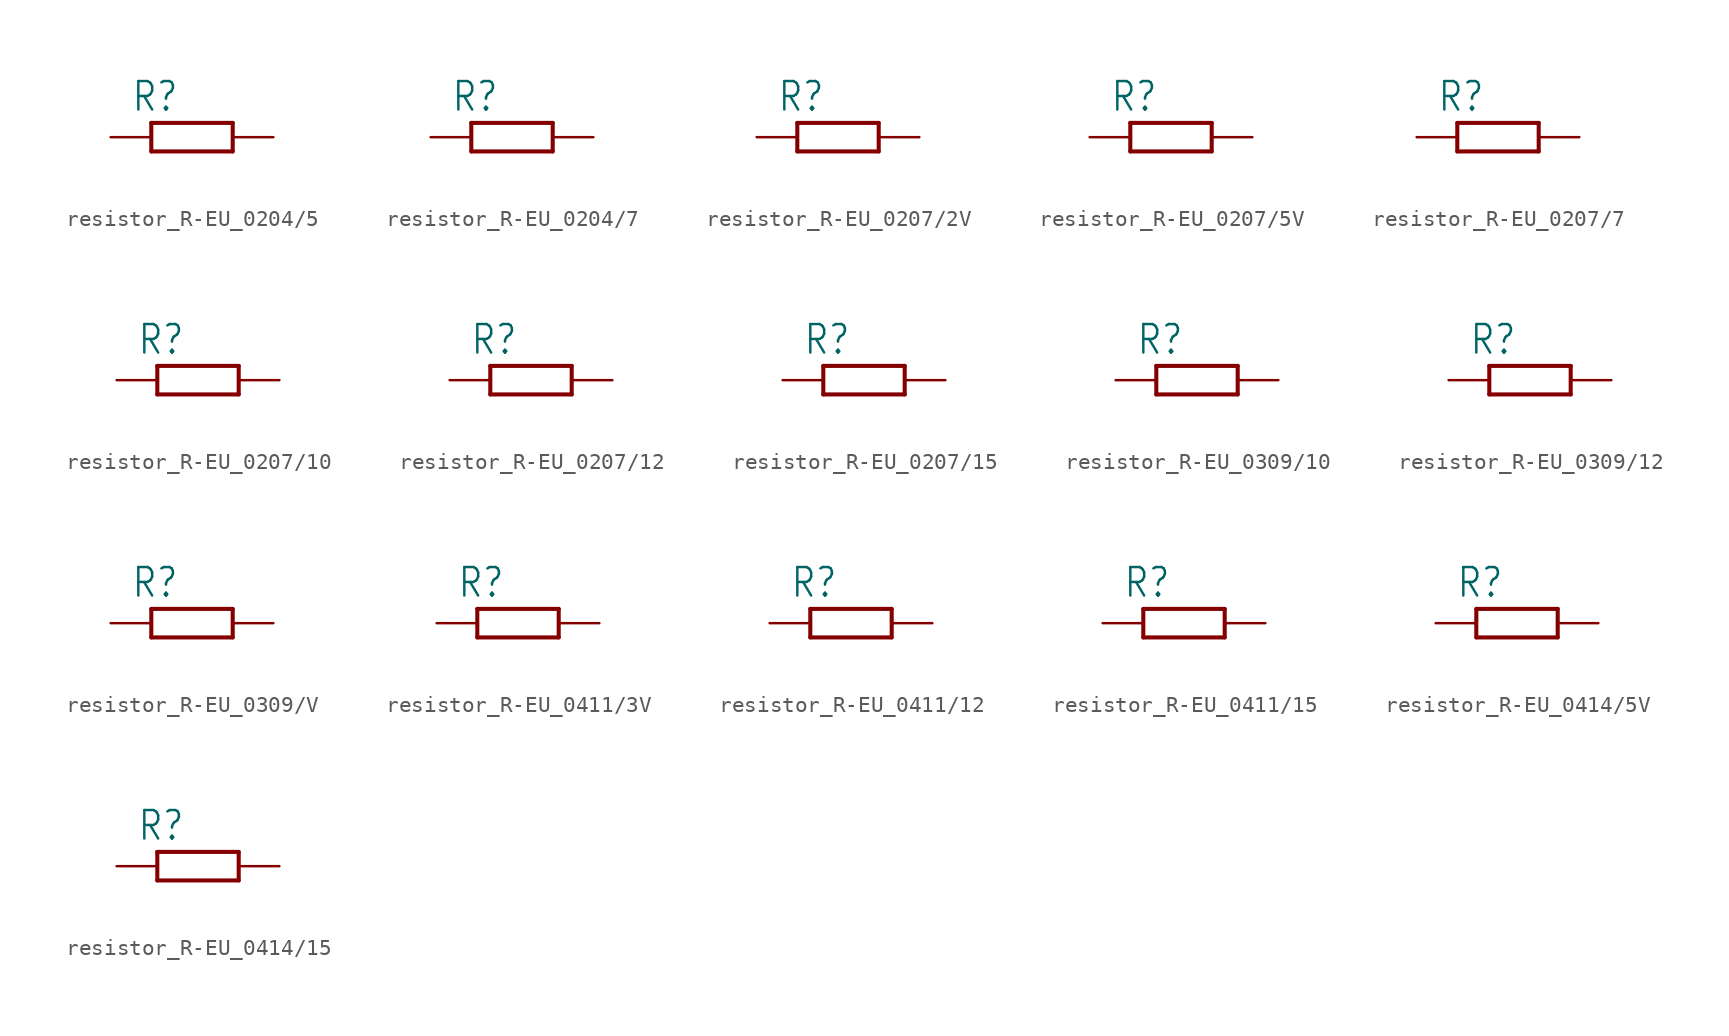
<source format=kicad_sym>
(kicad_symbol_lib
  (version 20241209)
  (generator "kicad_symbol_editor")
  (generator_version "9.0")
  (symbol "resistor_R-EU_0204/5"
    (property "Reference" "R"
      (at -3.81 1.499 0)
      (effects (font (size 1.778 1.511)) (justify left bottom)))
    (property "Value" ""
      (at -3.81 -3.302 0)
      (effects (font (size 1.778 1.511)) (justify left bottom)))
    (property "ki_locked" ""
      (at 0 0 0)
      (effects (font (size 1.27 1.27))))
    (symbol "resistor_R-EU_0204/5_1_0"
      (polyline (pts (xy -2.54 -0.889) (xy -2.54 0.889)) (stroke (width 0.254) (type solid)) (fill (type none)))
      (polyline (pts (xy -2.54 -0.889) (xy 2.54 -0.889)) (stroke (width 0.254) (type solid)) (fill (type none)))
      (polyline (pts (xy 2.54 0.889) (xy -2.54 0.889)) (stroke (width 0.254) (type solid)) (fill (type none)))
      (polyline (pts (xy 2.54 -0.889) (xy 2.54 0.889)) (stroke (width 0.254) (type solid)) (fill (type none)))
      (pin passive line (at -5.08 0 0) (length 2.54) (name "1" (effects (font (size 0 0)))) (number "1" (effects (font (size 0 0)))))
      (pin passive line (at 5.08 0 180) (length 2.54) (name "2" (effects (font (size 0 0)))) (number "2" (effects (font (size 0 0)))))))
  (symbol "resistor_R-EU_0204/7"
    (property "Reference" "R"
      (at -3.81 1.499 0)
      (effects (font (size 1.778 1.511)) (justify left bottom)))
    (property "Value" ""
      (at -3.81 -3.302 0)
      (effects (font (size 1.778 1.511)) (justify left bottom)))
    (property "ki_locked" ""
      (at 0 0 0)
      (effects (font (size 1.27 1.27))))
    (symbol "resistor_R-EU_0204/7_1_0"
      (polyline (pts (xy -2.54 -0.889) (xy -2.54 0.889)) (stroke (width 0.254) (type solid)) (fill (type none)))
      (polyline (pts (xy -2.54 -0.889) (xy 2.54 -0.889)) (stroke (width 0.254) (type solid)) (fill (type none)))
      (polyline (pts (xy 2.54 0.889) (xy -2.54 0.889)) (stroke (width 0.254) (type solid)) (fill (type none)))
      (polyline (pts (xy 2.54 -0.889) (xy 2.54 0.889)) (stroke (width 0.254) (type solid)) (fill (type none)))
      (pin passive line (at -5.08 0 0) (length 2.54) (name "1" (effects (font (size 0 0)))) (number "1" (effects (font (size 0 0)))))
      (pin passive line (at 5.08 0 180) (length 2.54) (name "2" (effects (font (size 0 0)))) (number "2" (effects (font (size 0 0)))))))
  (symbol "resistor_R-EU_0207/2V"
    (property "Reference" "R"
      (at -3.81 1.499 0)
      (effects (font (size 1.778 1.511)) (justify left bottom)))
    (property "Value" ""
      (at -3.81 -3.302 0)
      (effects (font (size 1.778 1.511)) (justify left bottom)))
    (property "ki_locked" ""
      (at 0 0 0)
      (effects (font (size 1.27 1.27))))
    (symbol "resistor_R-EU_0207/2V_1_0"
      (polyline (pts (xy -2.54 -0.889) (xy -2.54 0.889)) (stroke (width 0.254) (type solid)) (fill (type none)))
      (polyline (pts (xy -2.54 -0.889) (xy 2.54 -0.889)) (stroke (width 0.254) (type solid)) (fill (type none)))
      (polyline (pts (xy 2.54 0.889) (xy -2.54 0.889)) (stroke (width 0.254) (type solid)) (fill (type none)))
      (polyline (pts (xy 2.54 -0.889) (xy 2.54 0.889)) (stroke (width 0.254) (type solid)) (fill (type none)))
      (pin passive line (at -5.08 0 0) (length 2.54) (name "1" (effects (font (size 0 0)))) (number "1" (effects (font (size 0 0)))))
      (pin passive line (at 5.08 0 180) (length 2.54) (name "2" (effects (font (size 0 0)))) (number "2" (effects (font (size 0 0)))))))
  (symbol "resistor_R-EU_0207/5V"
    (property "Reference" "R"
      (at -3.81 1.499 0)
      (effects (font (size 1.778 1.511)) (justify left bottom)))
    (property "Value" ""
      (at -3.81 -3.302 0)
      (effects (font (size 1.778 1.511)) (justify left bottom)))
    (property "ki_locked" ""
      (at 0 0 0)
      (effects (font (size 1.27 1.27))))
    (symbol "resistor_R-EU_0207/5V_1_0"
      (polyline (pts (xy -2.54 -0.889) (xy -2.54 0.889)) (stroke (width 0.254) (type solid)) (fill (type none)))
      (polyline (pts (xy -2.54 -0.889) (xy 2.54 -0.889)) (stroke (width 0.254) (type solid)) (fill (type none)))
      (polyline (pts (xy 2.54 0.889) (xy -2.54 0.889)) (stroke (width 0.254) (type solid)) (fill (type none)))
      (polyline (pts (xy 2.54 -0.889) (xy 2.54 0.889)) (stroke (width 0.254) (type solid)) (fill (type none)))
      (pin passive line (at -5.08 0 0) (length 2.54) (name "1" (effects (font (size 0 0)))) (number "1" (effects (font (size 0 0)))))
      (pin passive line (at 5.08 0 180) (length 2.54) (name "2" (effects (font (size 0 0)))) (number "2" (effects (font (size 0 0)))))))
  (symbol "resistor_R-EU_0207/7"
    (property "Reference" "R"
      (at -3.81 1.499 0)
      (effects (font (size 1.778 1.511)) (justify left bottom)))
    (property "Value" ""
      (at -3.81 -3.302 0)
      (effects (font (size 1.778 1.511)) (justify left bottom)))
    (property "ki_locked" ""
      (at 0 0 0)
      (effects (font (size 1.27 1.27))))
    (symbol "resistor_R-EU_0207/7_1_0"
      (polyline (pts (xy -2.54 -0.889) (xy -2.54 0.889)) (stroke (width 0.254) (type solid)) (fill (type none)))
      (polyline (pts (xy -2.54 -0.889) (xy 2.54 -0.889)) (stroke (width 0.254) (type solid)) (fill (type none)))
      (polyline (pts (xy 2.54 0.889) (xy -2.54 0.889)) (stroke (width 0.254) (type solid)) (fill (type none)))
      (polyline (pts (xy 2.54 -0.889) (xy 2.54 0.889)) (stroke (width 0.254) (type solid)) (fill (type none)))
      (pin passive line (at -5.08 0 0) (length 2.54) (name "1" (effects (font (size 0 0)))) (number "1" (effects (font (size 0 0)))))
      (pin passive line (at 5.08 0 180) (length 2.54) (name "2" (effects (font (size 0 0)))) (number "2" (effects (font (size 0 0)))))))
  (symbol "resistor_R-EU_0207/10"
    (property "Reference" "R"
      (at -3.81 1.499 0)
      (effects (font (size 1.778 1.511)) (justify left bottom)))
    (property "Value" ""
      (at -3.81 -3.302 0)
      (effects (font (size 1.778 1.511)) (justify left bottom)))
    (property "ki_locked" ""
      (at 0 0 0)
      (effects (font (size 1.27 1.27))))
    (symbol "resistor_R-EU_0207/10_1_0"
      (polyline (pts (xy -2.54 -0.889) (xy -2.54 0.889)) (stroke (width 0.254) (type solid)) (fill (type none)))
      (polyline (pts (xy -2.54 -0.889) (xy 2.54 -0.889)) (stroke (width 0.254) (type solid)) (fill (type none)))
      (polyline (pts (xy 2.54 0.889) (xy -2.54 0.889)) (stroke (width 0.254) (type solid)) (fill (type none)))
      (polyline (pts (xy 2.54 -0.889) (xy 2.54 0.889)) (stroke (width 0.254) (type solid)) (fill (type none)))
      (pin passive line (at -5.08 0 0) (length 2.54) (name "1" (effects (font (size 0 0)))) (number "1" (effects (font (size 0 0)))))
      (pin passive line (at 5.08 0 180) (length 2.54) (name "2" (effects (font (size 0 0)))) (number "2" (effects (font (size 0 0)))))))
  (symbol "resistor_R-EU_0207/12"
    (property "Reference" "R"
      (at -3.81 1.499 0)
      (effects (font (size 1.778 1.511)) (justify left bottom)))
    (property "Value" ""
      (at -3.81 -3.302 0)
      (effects (font (size 1.778 1.511)) (justify left bottom)))
    (property "ki_locked" ""
      (at 0 0 0)
      (effects (font (size 1.27 1.27))))
    (symbol "resistor_R-EU_0207/12_1_0"
      (polyline (pts (xy -2.54 -0.889) (xy -2.54 0.889)) (stroke (width 0.254) (type solid)) (fill (type none)))
      (polyline (pts (xy -2.54 -0.889) (xy 2.54 -0.889)) (stroke (width 0.254) (type solid)) (fill (type none)))
      (polyline (pts (xy 2.54 0.889) (xy -2.54 0.889)) (stroke (width 0.254) (type solid)) (fill (type none)))
      (polyline (pts (xy 2.54 -0.889) (xy 2.54 0.889)) (stroke (width 0.254) (type solid)) (fill (type none)))
      (pin passive line (at -5.08 0 0) (length 2.54) (name "1" (effects (font (size 0 0)))) (number "1" (effects (font (size 0 0)))))
      (pin passive line (at 5.08 0 180) (length 2.54) (name "2" (effects (font (size 0 0)))) (number "2" (effects (font (size 0 0)))))))
  (symbol "resistor_R-EU_0207/15"
    (property "Reference" "R"
      (at -3.81 1.499 0)
      (effects (font (size 1.778 1.511)) (justify left bottom)))
    (property "Value" ""
      (at -3.81 -3.302 0)
      (effects (font (size 1.778 1.511)) (justify left bottom)))
    (property "ki_locked" ""
      (at 0 0 0)
      (effects (font (size 1.27 1.27))))
    (symbol "resistor_R-EU_0207/15_1_0"
      (polyline (pts (xy -2.54 -0.889) (xy -2.54 0.889)) (stroke (width 0.254) (type solid)) (fill (type none)))
      (polyline (pts (xy -2.54 -0.889) (xy 2.54 -0.889)) (stroke (width 0.254) (type solid)) (fill (type none)))
      (polyline (pts (xy 2.54 0.889) (xy -2.54 0.889)) (stroke (width 0.254) (type solid)) (fill (type none)))
      (polyline (pts (xy 2.54 -0.889) (xy 2.54 0.889)) (stroke (width 0.254) (type solid)) (fill (type none)))
      (pin passive line (at -5.08 0 0) (length 2.54) (name "1" (effects (font (size 0 0)))) (number "1" (effects (font (size 0 0)))))
      (pin passive line (at 5.08 0 180) (length 2.54) (name "2" (effects (font (size 0 0)))) (number "2" (effects (font (size 0 0)))))))
  (symbol "resistor_R-EU_0309/10"
    (property "Reference" "R"
      (at -3.81 1.499 0)
      (effects (font (size 1.778 1.511)) (justify left bottom)))
    (property "Value" ""
      (at -3.81 -3.302 0)
      (effects (font (size 1.778 1.511)) (justify left bottom)))
    (property "ki_locked" ""
      (at 0 0 0)
      (effects (font (size 1.27 1.27))))
    (symbol "resistor_R-EU_0309/10_1_0"
      (polyline (pts (xy -2.54 -0.889) (xy -2.54 0.889)) (stroke (width 0.254) (type solid)) (fill (type none)))
      (polyline (pts (xy -2.54 -0.889) (xy 2.54 -0.889)) (stroke (width 0.254) (type solid)) (fill (type none)))
      (polyline (pts (xy 2.54 0.889) (xy -2.54 0.889)) (stroke (width 0.254) (type solid)) (fill (type none)))
      (polyline (pts (xy 2.54 -0.889) (xy 2.54 0.889)) (stroke (width 0.254) (type solid)) (fill (type none)))
      (pin passive line (at -5.08 0 0) (length 2.54) (name "1" (effects (font (size 0 0)))) (number "1" (effects (font (size 0 0)))))
      (pin passive line (at 5.08 0 180) (length 2.54) (name "2" (effects (font (size 0 0)))) (number "2" (effects (font (size 0 0)))))))
  (symbol "resistor_R-EU_0309/12"
    (property "Reference" "R"
      (at -3.81 1.499 0)
      (effects (font (size 1.778 1.511)) (justify left bottom)))
    (property "Value" ""
      (at -3.81 -3.302 0)
      (effects (font (size 1.778 1.511)) (justify left bottom)))
    (property "ki_locked" ""
      (at 0 0 0)
      (effects (font (size 1.27 1.27))))
    (symbol "resistor_R-EU_0309/12_1_0"
      (polyline (pts (xy -2.54 -0.889) (xy -2.54 0.889)) (stroke (width 0.254) (type solid)) (fill (type none)))
      (polyline (pts (xy -2.54 -0.889) (xy 2.54 -0.889)) (stroke (width 0.254) (type solid)) (fill (type none)))
      (polyline (pts (xy 2.54 0.889) (xy -2.54 0.889)) (stroke (width 0.254) (type solid)) (fill (type none)))
      (polyline (pts (xy 2.54 -0.889) (xy 2.54 0.889)) (stroke (width 0.254) (type solid)) (fill (type none)))
      (pin passive line (at -5.08 0 0) (length 2.54) (name "1" (effects (font (size 0 0)))) (number "1" (effects (font (size 0 0)))))
      (pin passive line (at 5.08 0 180) (length 2.54) (name "2" (effects (font (size 0 0)))) (number "2" (effects (font (size 0 0)))))))
  (symbol "resistor_R-EU_0309/V"
    (property "Reference" "R"
      (at -3.81 1.499 0)
      (effects (font (size 1.778 1.511)) (justify left bottom)))
    (property "Value" ""
      (at -3.81 -3.302 0)
      (effects (font (size 1.778 1.511)) (justify left bottom)))
    (property "ki_locked" ""
      (at 0 0 0)
      (effects (font (size 1.27 1.27))))
    (symbol "resistor_R-EU_0309/V_1_0"
      (polyline (pts (xy -2.54 -0.889) (xy -2.54 0.889)) (stroke (width 0.254) (type solid)) (fill (type none)))
      (polyline (pts (xy -2.54 -0.889) (xy 2.54 -0.889)) (stroke (width 0.254) (type solid)) (fill (type none)))
      (polyline (pts (xy 2.54 0.889) (xy -2.54 0.889)) (stroke (width 0.254) (type solid)) (fill (type none)))
      (polyline (pts (xy 2.54 -0.889) (xy 2.54 0.889)) (stroke (width 0.254) (type solid)) (fill (type none)))
      (pin passive line (at -5.08 0 0) (length 2.54) (name "1" (effects (font (size 0 0)))) (number "1" (effects (font (size 0 0)))))
      (pin passive line (at 5.08 0 180) (length 2.54) (name "2" (effects (font (size 0 0)))) (number "2" (effects (font (size 0 0)))))))
  (symbol "resistor_R-EU_0411/3V"
    (property "Reference" "R"
      (at -3.81 1.499 0)
      (effects (font (size 1.778 1.511)) (justify left bottom)))
    (property "Value" ""
      (at -3.81 -3.302 0)
      (effects (font (size 1.778 1.511)) (justify left bottom)))
    (property "ki_locked" ""
      (at 0 0 0)
      (effects (font (size 1.27 1.27))))
    (symbol "resistor_R-EU_0411/3V_1_0"
      (polyline (pts (xy -2.54 -0.889) (xy -2.54 0.889)) (stroke (width 0.254) (type solid)) (fill (type none)))
      (polyline (pts (xy -2.54 -0.889) (xy 2.54 -0.889)) (stroke (width 0.254) (type solid)) (fill (type none)))
      (polyline (pts (xy 2.54 0.889) (xy -2.54 0.889)) (stroke (width 0.254) (type solid)) (fill (type none)))
      (polyline (pts (xy 2.54 -0.889) (xy 2.54 0.889)) (stroke (width 0.254) (type solid)) (fill (type none)))
      (pin passive line (at -5.08 0 0) (length 2.54) (name "1" (effects (font (size 0 0)))) (number "1" (effects (font (size 0 0)))))
      (pin passive line (at 5.08 0 180) (length 2.54) (name "2" (effects (font (size 0 0)))) (number "2" (effects (font (size 0 0)))))))
  (symbol "resistor_R-EU_0411/12"
    (property "Reference" "R"
      (at -3.81 1.499 0)
      (effects (font (size 1.778 1.511)) (justify left bottom)))
    (property "Value" ""
      (at -3.81 -3.302 0)
      (effects (font (size 1.778 1.511)) (justify left bottom)))
    (property "ki_locked" ""
      (at 0 0 0)
      (effects (font (size 1.27 1.27))))
    (symbol "resistor_R-EU_0411/12_1_0"
      (polyline (pts (xy -2.54 -0.889) (xy -2.54 0.889)) (stroke (width 0.254) (type solid)) (fill (type none)))
      (polyline (pts (xy -2.54 -0.889) (xy 2.54 -0.889)) (stroke (width 0.254) (type solid)) (fill (type none)))
      (polyline (pts (xy 2.54 0.889) (xy -2.54 0.889)) (stroke (width 0.254) (type solid)) (fill (type none)))
      (polyline (pts (xy 2.54 -0.889) (xy 2.54 0.889)) (stroke (width 0.254) (type solid)) (fill (type none)))
      (pin passive line (at -5.08 0 0) (length 2.54) (name "1" (effects (font (size 0 0)))) (number "1" (effects (font (size 0 0)))))
      (pin passive line (at 5.08 0 180) (length 2.54) (name "2" (effects (font (size 0 0)))) (number "2" (effects (font (size 0 0)))))))
  (symbol "resistor_R-EU_0411/15"
    (property "Reference" "R"
      (at -3.81 1.499 0)
      (effects (font (size 1.778 1.511)) (justify left bottom)))
    (property "Value" ""
      (at -3.81 -3.302 0)
      (effects (font (size 1.778 1.511)) (justify left bottom)))
    (property "ki_locked" ""
      (at 0 0 0)
      (effects (font (size 1.27 1.27))))
    (symbol "resistor_R-EU_0411/15_1_0"
      (polyline (pts (xy -2.54 -0.889) (xy -2.54 0.889)) (stroke (width 0.254) (type solid)) (fill (type none)))
      (polyline (pts (xy -2.54 -0.889) (xy 2.54 -0.889)) (stroke (width 0.254) (type solid)) (fill (type none)))
      (polyline (pts (xy 2.54 0.889) (xy -2.54 0.889)) (stroke (width 0.254) (type solid)) (fill (type none)))
      (polyline (pts (xy 2.54 -0.889) (xy 2.54 0.889)) (stroke (width 0.254) (type solid)) (fill (type none)))
      (pin passive line (at -5.08 0 0) (length 2.54) (name "1" (effects (font (size 0 0)))) (number "1" (effects (font (size 0 0)))))
      (pin passive line (at 5.08 0 180) (length 2.54) (name "2" (effects (font (size 0 0)))) (number "2" (effects (font (size 0 0)))))))
  (symbol "resistor_R-EU_0414/5V"
    (property "Reference" "R"
      (at -3.81 1.499 0)
      (effects (font (size 1.778 1.511)) (justify left bottom)))
    (property "Value" ""
      (at -3.81 -3.302 0)
      (effects (font (size 1.778 1.511)) (justify left bottom)))
    (property "ki_locked" ""
      (at 0 0 0)
      (effects (font (size 1.27 1.27))))
    (symbol "resistor_R-EU_0414/5V_1_0"
      (polyline (pts (xy -2.54 -0.889) (xy -2.54 0.889)) (stroke (width 0.254) (type solid)) (fill (type none)))
      (polyline (pts (xy -2.54 -0.889) (xy 2.54 -0.889)) (stroke (width 0.254) (type solid)) (fill (type none)))
      (polyline (pts (xy 2.54 0.889) (xy -2.54 0.889)) (stroke (width 0.254) (type solid)) (fill (type none)))
      (polyline (pts (xy 2.54 -0.889) (xy 2.54 0.889)) (stroke (width 0.254) (type solid)) (fill (type none)))
      (pin passive line (at -5.08 0 0) (length 2.54) (name "1" (effects (font (size 0 0)))) (number "1" (effects (font (size 0 0)))))
      (pin passive line (at 5.08 0 180) (length 2.54) (name "2" (effects (font (size 0 0)))) (number "2" (effects (font (size 0 0)))))))
  (symbol "resistor_R-EU_0414/15"
    (property "Reference" "R"
      (at -3.81 1.499 0)
      (effects (font (size 1.778 1.511)) (justify left bottom)))
    (property "Value" ""
      (at -3.81 -3.302 0)
      (effects (font (size 1.778 1.511)) (justify left bottom)))
    (property "ki_locked" ""
      (at 0 0 0)
      (effects (font (size 1.27 1.27))))
    (symbol "resistor_R-EU_0414/15_1_0"
      (polyline (pts (xy -2.54 -0.889) (xy -2.54 0.889)) (stroke (width 0.254) (type solid)) (fill (type none)))
      (polyline (pts (xy -2.54 -0.889) (xy 2.54 -0.889)) (stroke (width 0.254) (type solid)) (fill (type none)))
      (polyline (pts (xy 2.54 0.889) (xy -2.54 0.889)) (stroke (width 0.254) (type solid)) (fill (type none)))
      (polyline (pts (xy 2.54 -0.889) (xy 2.54 0.889)) (stroke (width 0.254) (type solid)) (fill (type none)))
      (pin passive line (at -5.08 0 0) (length 2.54) (name "1" (effects (font (size 0 0)))) (number "1" (effects (font (size 0 0)))))
      (pin passive line (at 5.08 0 180) (length 2.54) (name "2" (effects (font (size 0 0)))) (number "2" (effects (font (size 0 0))))))))
</source>
